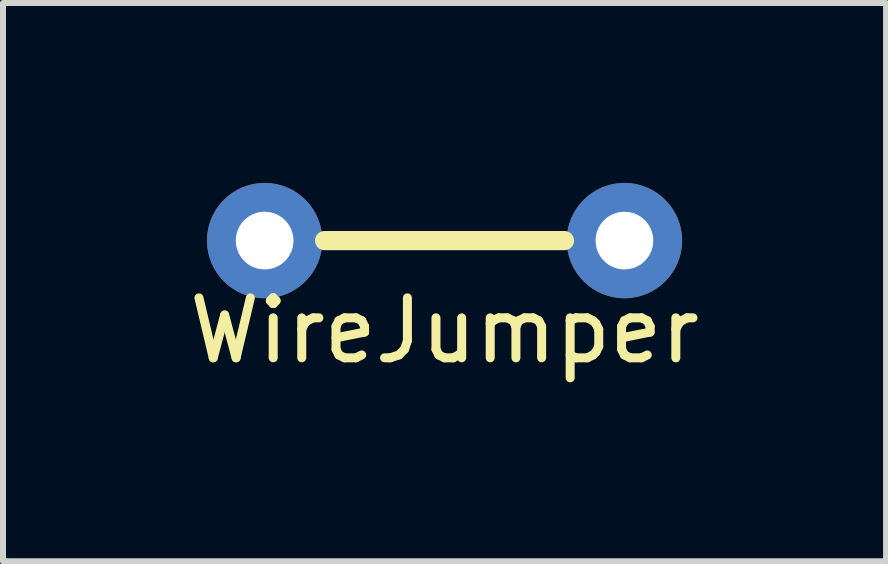
<source format=kicad_pcb>
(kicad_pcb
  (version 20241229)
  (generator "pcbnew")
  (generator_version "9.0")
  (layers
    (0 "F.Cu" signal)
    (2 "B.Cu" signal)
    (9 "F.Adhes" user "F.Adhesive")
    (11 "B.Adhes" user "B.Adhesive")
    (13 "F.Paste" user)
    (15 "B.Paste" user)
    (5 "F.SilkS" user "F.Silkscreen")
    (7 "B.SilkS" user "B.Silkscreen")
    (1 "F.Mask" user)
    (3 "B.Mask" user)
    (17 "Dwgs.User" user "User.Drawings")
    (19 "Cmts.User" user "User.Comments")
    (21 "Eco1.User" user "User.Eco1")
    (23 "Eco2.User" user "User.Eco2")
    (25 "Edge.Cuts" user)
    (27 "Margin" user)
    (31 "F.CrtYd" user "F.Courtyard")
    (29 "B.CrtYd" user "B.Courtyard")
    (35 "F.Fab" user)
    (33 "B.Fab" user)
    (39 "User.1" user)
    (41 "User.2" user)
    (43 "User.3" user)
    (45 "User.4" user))
  (footprint "WireJumper"
    (layer "F.Cu")
    (at 1.363 0.962)
    (property "Reference" "WireJumper" (at 3 1.5 0) (layer "F.SilkS") (effects (font (size 1 1) (thickness 0.15))))
    (attr through_hole)
    (fp_line (start 1 0) (end 5 0) (stroke (width 0.32) (type solid)) (layer "F.SilkS"))
    (pad "1" thru_hole circle (at 0 0) (size 1.924 1.924) (drill 0.962) (layers "*.Cu" "*.Mask"))
    (pad "2" thru_hole circle (at 6 0) (size 1.924 1.924) (drill 0.962) (layers "*.Cu" "*.Mask")))
  (gr_rect
    (start -3 -3)
    (end 11.726 6.31)
    (stroke (width 0.1) (type default))
    (fill no)
    (layer "Edge.Cuts")))
</source>
